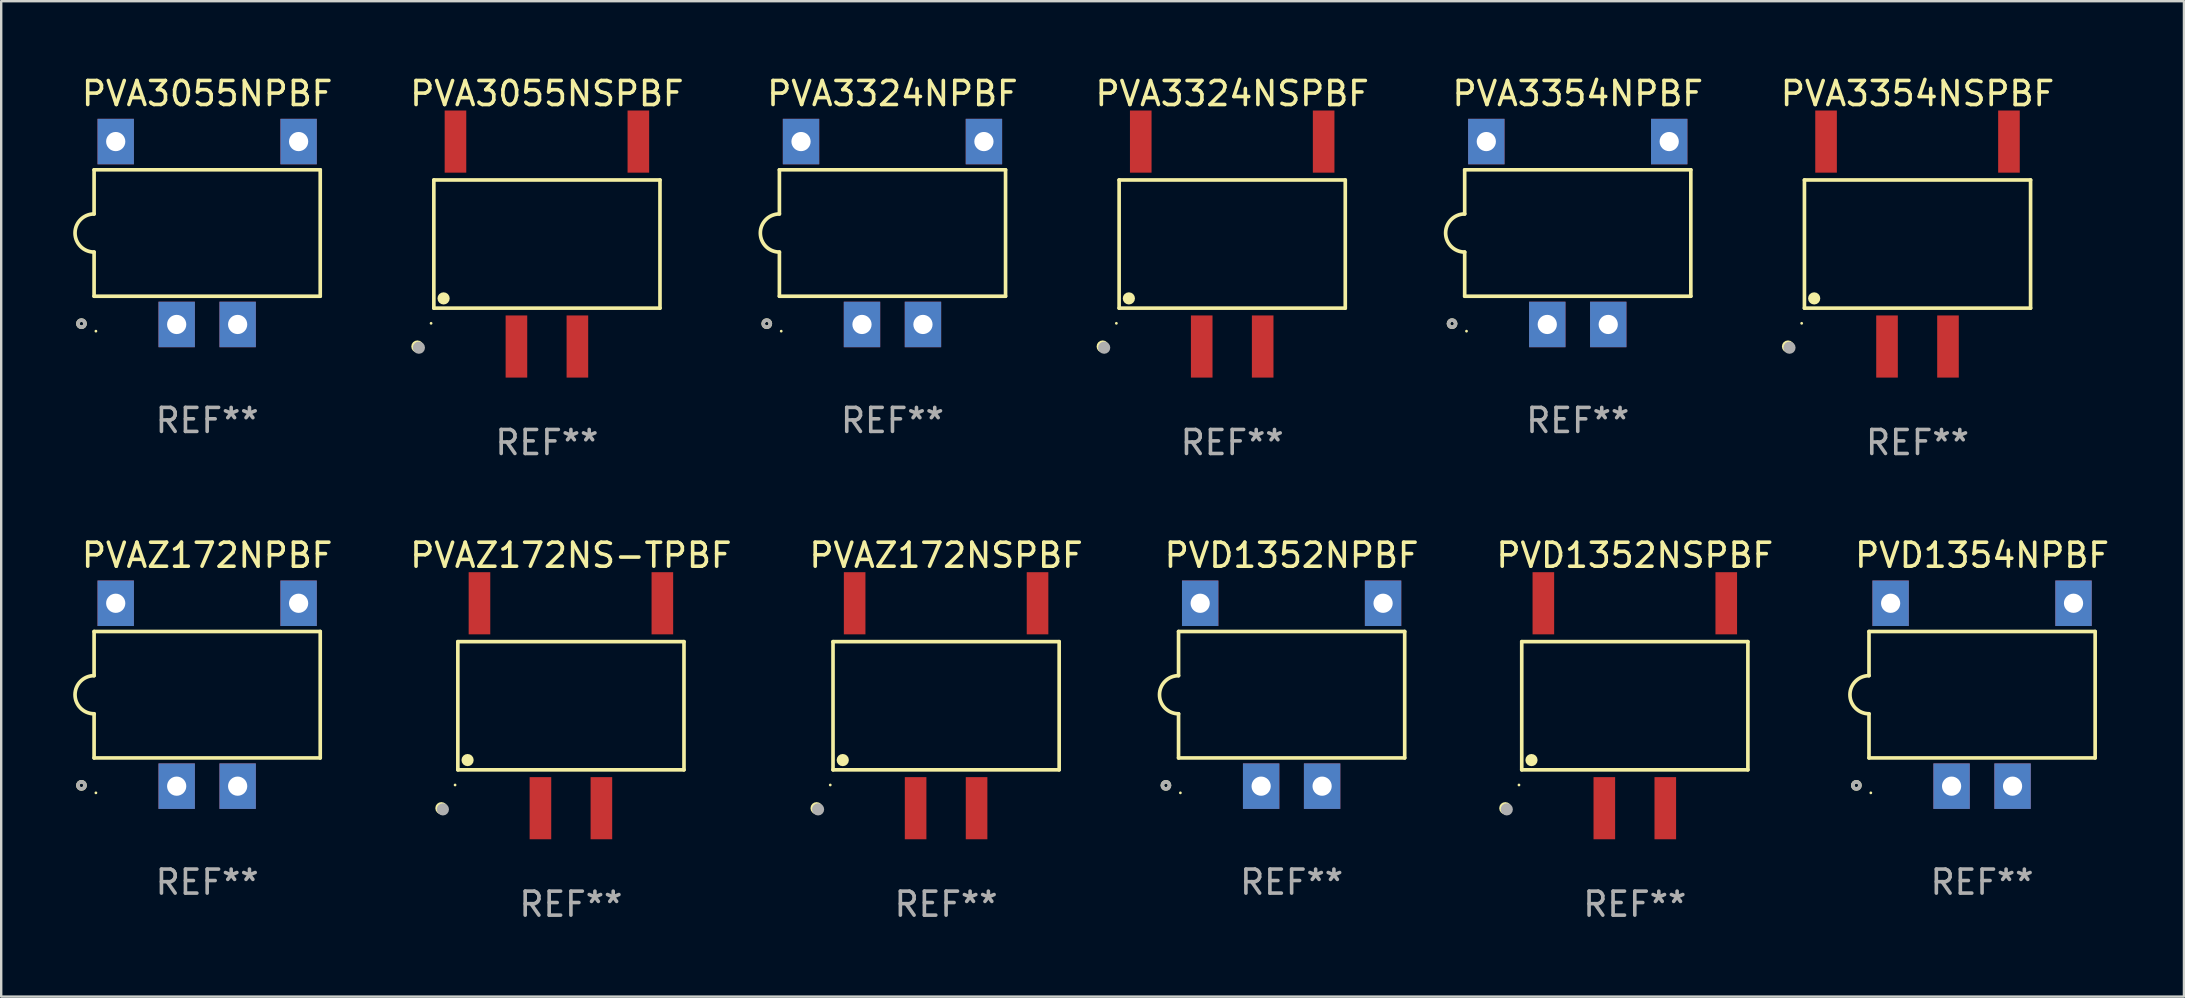
<source format=kicad_pcb>
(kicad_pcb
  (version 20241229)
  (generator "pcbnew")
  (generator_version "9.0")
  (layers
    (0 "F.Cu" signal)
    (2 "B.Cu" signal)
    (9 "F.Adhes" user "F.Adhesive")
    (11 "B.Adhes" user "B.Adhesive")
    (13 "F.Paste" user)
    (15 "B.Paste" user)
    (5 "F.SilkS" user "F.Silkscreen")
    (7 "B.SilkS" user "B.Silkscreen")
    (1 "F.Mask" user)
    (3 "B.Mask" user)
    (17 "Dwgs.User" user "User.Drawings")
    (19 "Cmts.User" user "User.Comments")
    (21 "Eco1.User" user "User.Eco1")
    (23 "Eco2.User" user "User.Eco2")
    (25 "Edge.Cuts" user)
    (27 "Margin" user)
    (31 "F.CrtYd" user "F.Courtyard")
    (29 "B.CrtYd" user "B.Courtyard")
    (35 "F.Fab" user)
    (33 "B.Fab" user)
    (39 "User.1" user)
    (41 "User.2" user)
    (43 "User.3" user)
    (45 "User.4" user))
  (footprint "PVA3324NPBF"
    (layer "F.Cu")
    (at 34.133 6.658)
    (property "Reference" "PVA3324NPBF" (at 0 -5.81 0) (layer "F.SilkS") (effects (font (size 1 1) (thickness 0.15))))
    (attr through_hole)
    (fp_line (start -4.711 -2.634) (end -4.711 -0.794) (stroke (width 0.152) (type solid)) (layer "F.SilkS"))
    (fp_line (start -4.711 0.794) (end -4.711 2.634) (stroke (width 0.152) (type solid)) (layer "F.SilkS"))
    (fp_line (start -4.711 2.634) (end 4.711 2.634) (stroke (width 0.152) (type solid)) (layer "F.SilkS"))
    (fp_line (start 4.711 -2.634) (end -4.711 -2.634) (stroke (width 0.152) (type solid)) (layer "F.SilkS"))
    (fp_line (start 4.711 2.634) (end 4.711 -2.634) (stroke (width 0.152) (type solid)) (layer "F.SilkS"))
    (fp_arc (start -4.711199 0.793749) (mid -5.504948 0) (end -4.711199 -0.793749) (stroke (width 0.1524) (type solid)) (layer "F.SilkS"))
    (fp_circle (center -5.237 3.777) (end -5.163 3.777) (stroke (width 0.15) (type solid)) (fill no) (layer "F.SilkS"))
    (fp_circle (center -4.635 4.089) (end -4.605 4.089) (stroke (width 0.06) (type solid)) (fill no) (layer "F.SilkS"))
    (fp_circle (center -5.237 3.777) (end -5.163 3.777) (stroke (width 0.15) (type solid)) (fill no) (layer "F.Fab"))
    (fp_text user "REF**" (at 0 7.81 0) (layer "F.Fab") (effects (font (size 1 1) (thickness 0.15))))
    (pad "2" thru_hole rect (at -1.27 3.81) (size 1.516 1.895) (drill 0.8) (layers "*.Cu" "*.Mask"))
    (pad "3" thru_hole rect (at 1.27 3.81) (size 1.516 1.895) (drill 0.8) (layers "*.Cu" "*.Mask"))
    (pad "5" thru_hole rect (at 3.81 -3.81) (size 1.516 1.895) (drill 0.8) (layers "*.Cu" "*.Mask"))
    (pad "8" thru_hole rect (at -3.81 -3.81) (size 1.516 1.895) (drill 0.8) (layers "*.Cu" "*.Mask")))
  (footprint "PVA3055NPBF"
    (layer "F.Cu")
    (at 5.581 6.658)
    (property "Reference" "PVA3055NPBF" (at 0 -5.81 0) (layer "F.SilkS") (effects (font (size 1 1) (thickness 0.15))))
    (attr through_hole)
    (fp_line (start -4.711 -2.634) (end -4.711 -0.794) (stroke (width 0.152) (type solid)) (layer "F.SilkS"))
    (fp_line (start -4.711 0.794) (end -4.711 2.634) (stroke (width 0.152) (type solid)) (layer "F.SilkS"))
    (fp_line (start -4.711 2.634) (end 4.711 2.634) (stroke (width 0.152) (type solid)) (layer "F.SilkS"))
    (fp_line (start 4.711 -2.634) (end -4.711 -2.634) (stroke (width 0.152) (type solid)) (layer "F.SilkS"))
    (fp_line (start 4.711 2.634) (end 4.711 -2.634) (stroke (width 0.152) (type solid)) (layer "F.SilkS"))
    (fp_arc (start -4.711199 0.793749) (mid -5.504948 0) (end -4.711199 -0.793749) (stroke (width 0.1524) (type solid)) (layer "F.SilkS"))
    (fp_circle (center -5.237 3.777) (end -5.163 3.777) (stroke (width 0.15) (type solid)) (fill no) (layer "F.SilkS"))
    (fp_circle (center -4.635 4.089) (end -4.605 4.089) (stroke (width 0.06) (type solid)) (fill no) (layer "F.SilkS"))
    (fp_circle (center -5.237 3.777) (end -5.163 3.777) (stroke (width 0.15) (type solid)) (fill no) (layer "F.Fab"))
    (fp_text user "REF**" (at 0 7.81 0) (layer "F.Fab") (effects (font (size 1 1) (thickness 0.15))))
    (pad "2" thru_hole rect (at -1.27 3.81) (size 1.516 1.895) (drill 0.8) (layers "*.Cu" "*.Mask"))
    (pad "3" thru_hole rect (at 1.27 3.81) (size 1.516 1.895) (drill 0.8) (layers "*.Cu" "*.Mask"))
    (pad "5" thru_hole rect (at 3.81 -3.81) (size 1.516 1.895) (drill 0.8) (layers "*.Cu" "*.Mask"))
    (pad "8" thru_hole rect (at -3.81 -3.81) (size 1.516 1.895) (drill 0.8) (layers "*.Cu" "*.Mask")))
  (footprint "PVAZ172NSPBF"
    (layer "F.Cu")
    (at 36.367 26.353)
    (property "Reference" "PVAZ172NSPBF" (at 0 -6.269 0) (layer "F.SilkS") (effects (font (size 1 1) (thickness 0.15))))
    (attr through_hole)
    (fp_line (start -4.711 -2.67) (end 4.711 -2.67) (stroke (width 0.152) (type solid)) (layer "F.SilkS"))
    (fp_line (start -4.711 2.67) (end -4.711 -2.67) (stroke (width 0.152) (type solid)) (layer "F.SilkS"))
    (fp_line (start 4.711 -2.67) (end 4.711 2.67) (stroke (width 0.152) (type solid)) (layer "F.SilkS"))
    (fp_line (start 4.711 2.67) (end -4.711 2.67) (stroke (width 0.152) (type solid)) (layer "F.SilkS"))
    (fp_circle (center -5.396 4.269) (end -5.269 4.269) (stroke (width 0.254) (type solid)) (fill no) (layer "F.SilkS"))
    (fp_circle (center -4.826 3.302) (end -4.796 3.302) (stroke (width 0.06) (type solid)) (fill no) (layer "F.SilkS"))
    (fp_circle (center -4.305 2.264) (end -4.178 2.264) (stroke (width 0.254) (type solid)) (fill no) (layer "F.SilkS"))
    (fp_circle (center -5.334 4.318) (end -5.207 4.318) (stroke (width 0.254) (type solid)) (fill no) (layer "F.Fab"))
    (fp_text user "REF**" (at 0 8.269 0) (layer "F.Fab") (effects (font (size 1 1) (thickness 0.15))))
    (pad "2" smd rect (at -1.27 4.269) (size 0.9 2.589) (layers "F.Cu" "F.Mask" "F.Paste"))
    (pad "3" smd rect (at 1.27 4.269) (size 0.9 2.589) (layers "F.Cu" "F.Mask" "F.Paste"))
    (pad "5" smd rect (at 3.81 -4.269) (size 0.9 2.589) (layers "F.Cu" "F.Mask" "F.Paste"))
    (pad "8" smd rect (at -3.81 -4.269) (size 0.9 2.589) (layers "F.Cu" "F.Mask" "F.Paste")))
  (footprint "PVAZ172NS-TPBF"
    (layer "F.Cu")
    (at 20.736 26.353)
    (property "Reference" "PVAZ172NS-TPBF" (at 0 -6.269 0) (layer "F.SilkS") (effects (font (size 1 1) (thickness 0.15))))
    (attr through_hole)
    (fp_line (start -4.711 -2.67) (end 4.711 -2.67) (stroke (width 0.152) (type solid)) (layer "F.SilkS"))
    (fp_line (start -4.711 2.67) (end -4.711 -2.67) (stroke (width 0.152) (type solid)) (layer "F.SilkS"))
    (fp_line (start 4.711 -2.67) (end 4.711 2.67) (stroke (width 0.152) (type solid)) (layer "F.SilkS"))
    (fp_line (start 4.711 2.67) (end -4.711 2.67) (stroke (width 0.152) (type solid)) (layer "F.SilkS"))
    (fp_circle (center -5.396 4.269) (end -5.269 4.269) (stroke (width 0.254) (type solid)) (fill no) (layer "F.SilkS"))
    (fp_circle (center -4.826 3.302) (end -4.796 3.302) (stroke (width 0.06) (type solid)) (fill no) (layer "F.SilkS"))
    (fp_circle (center -4.305 2.264) (end -4.178 2.264) (stroke (width 0.254) (type solid)) (fill no) (layer "F.SilkS"))
    (fp_circle (center -5.334 4.318) (end -5.207 4.318) (stroke (width 0.254) (type solid)) (fill no) (layer "F.Fab"))
    (fp_text user "REF**" (at 0 8.269 0) (layer "F.Fab") (effects (font (size 1 1) (thickness 0.15))))
    (pad "2" smd rect (at -1.27 4.269) (size 0.9 2.589) (layers "F.Cu" "F.Mask" "F.Paste"))
    (pad "3" smd rect (at 1.27 4.269) (size 0.9 2.589) (layers "F.Cu" "F.Mask" "F.Paste"))
    (pad "5" smd rect (at 3.81 -4.269) (size 0.9 2.589) (layers "F.Cu" "F.Mask" "F.Paste"))
    (pad "8" smd rect (at -3.81 -4.269) (size 0.9 2.589) (layers "F.Cu" "F.Mask" "F.Paste")))
  (footprint "PVA3354NSPBF"
    (layer "F.Cu")
    (at 76.839 7.118)
    (property "Reference" "PVA3354NSPBF" (at 0 -6.269 0) (layer "F.SilkS") (effects (font (size 1 1) (thickness 0.15))))
    (attr through_hole)
    (fp_line (start -4.711 -2.67) (end 4.711 -2.67) (stroke (width 0.152) (type solid)) (layer "F.SilkS"))
    (fp_line (start -4.711 2.67) (end -4.711 -2.67) (stroke (width 0.152) (type solid)) (layer "F.SilkS"))
    (fp_line (start 4.711 -2.67) (end 4.711 2.67) (stroke (width 0.152) (type solid)) (layer "F.SilkS"))
    (fp_line (start 4.711 2.67) (end -4.711 2.67) (stroke (width 0.152) (type solid)) (layer "F.SilkS"))
    (fp_circle (center -5.396 4.269) (end -5.269 4.269) (stroke (width 0.254) (type solid)) (fill no) (layer "F.SilkS"))
    (fp_circle (center -4.826 3.302) (end -4.796 3.302) (stroke (width 0.06) (type solid)) (fill no) (layer "F.SilkS"))
    (fp_circle (center -4.305 2.264) (end -4.178 2.264) (stroke (width 0.254) (type solid)) (fill no) (layer "F.SilkS"))
    (fp_circle (center -5.334 4.318) (end -5.207 4.318) (stroke (width 0.254) (type solid)) (fill no) (layer "F.Fab"))
    (fp_text user "REF**" (at 0 8.269 0) (layer "F.Fab") (effects (font (size 1 1) (thickness 0.15))))
    (pad "2" smd rect (at -1.27 4.269) (size 0.9 2.589) (layers "F.Cu" "F.Mask" "F.Paste"))
    (pad "3" smd rect (at 1.27 4.269) (size 0.9 2.589) (layers "F.Cu" "F.Mask" "F.Paste"))
    (pad "5" smd rect (at 3.81 -4.269) (size 0.9 2.589) (layers "F.Cu" "F.Mask" "F.Paste"))
    (pad "8" smd rect (at -3.81 -4.269) (size 0.9 2.589) (layers "F.Cu" "F.Mask" "F.Paste")))
  (footprint "PVD1352NPBF"
    (layer "F.Cu")
    (at 50.763 25.894)
    (property "Reference" "PVD1352NPBF" (at 0 -5.81 0) (layer "F.SilkS") (effects (font (size 1 1) (thickness 0.15))))
    (attr through_hole)
    (fp_line (start -4.711 -2.634) (end -4.711 -0.794) (stroke (width 0.152) (type solid)) (layer "F.SilkS"))
    (fp_line (start -4.711 0.794) (end -4.711 2.634) (stroke (width 0.152) (type solid)) (layer "F.SilkS"))
    (fp_line (start -4.711 2.634) (end 4.711 2.634) (stroke (width 0.152) (type solid)) (layer "F.SilkS"))
    (fp_line (start 4.711 -2.634) (end -4.711 -2.634) (stroke (width 0.152) (type solid)) (layer "F.SilkS"))
    (fp_line (start 4.711 2.634) (end 4.711 -2.634) (stroke (width 0.152) (type solid)) (layer "F.SilkS"))
    (fp_arc (start -4.711199 0.793749) (mid -5.504948 0) (end -4.711199 -0.793749) (stroke (width 0.1524) (type solid)) (layer "F.SilkS"))
    (fp_circle (center -5.237 3.777) (end -5.163 3.777) (stroke (width 0.15) (type solid)) (fill no) (layer "F.SilkS"))
    (fp_circle (center -4.635 4.089) (end -4.605 4.089) (stroke (width 0.06) (type solid)) (fill no) (layer "F.SilkS"))
    (fp_circle (center -5.237 3.777) (end -5.163 3.777) (stroke (width 0.15) (type solid)) (fill no) (layer "F.Fab"))
    (fp_text user "REF**" (at 0 7.81 0) (layer "F.Fab") (effects (font (size 1 1) (thickness 0.15))))
    (pad "2" thru_hole rect (at -1.27 3.81) (size 1.516 1.895) (drill 0.8) (layers "*.Cu" "*.Mask"))
    (pad "3" thru_hole rect (at 1.27 3.81) (size 1.516 1.895) (drill 0.8) (layers "*.Cu" "*.Mask"))
    (pad "5" thru_hole rect (at 3.81 -3.81) (size 1.516 1.895) (drill 0.8) (layers "*.Cu" "*.Mask"))
    (pad "8" thru_hole rect (at -3.81 -3.81) (size 1.516 1.895) (drill 0.8) (layers "*.Cu" "*.Mask")))
  (footprint "PVD1354NPBF"
    (layer "F.Cu")
    (at 79.529 25.894)
    (property "Reference" "PVD1354NPBF" (at 0 -5.81 0) (layer "F.SilkS") (effects (font (size 1 1) (thickness 0.15))))
    (attr through_hole)
    (fp_line (start -4.711 -2.634) (end -4.711 -0.794) (stroke (width 0.152) (type solid)) (layer "F.SilkS"))
    (fp_line (start -4.711 0.794) (end -4.711 2.634) (stroke (width 0.152) (type solid)) (layer "F.SilkS"))
    (fp_line (start -4.711 2.634) (end 4.711 2.634) (stroke (width 0.152) (type solid)) (layer "F.SilkS"))
    (fp_line (start 4.711 -2.634) (end -4.711 -2.634) (stroke (width 0.152) (type solid)) (layer "F.SilkS"))
    (fp_line (start 4.711 2.634) (end 4.711 -2.634) (stroke (width 0.152) (type solid)) (layer "F.SilkS"))
    (fp_arc (start -4.711199 0.793749) (mid -5.504948 0) (end -4.711199 -0.793749) (stroke (width 0.1524) (type solid)) (layer "F.SilkS"))
    (fp_circle (center -5.237 3.777) (end -5.163 3.777) (stroke (width 0.15) (type solid)) (fill no) (layer "F.SilkS"))
    (fp_circle (center -4.635 4.089) (end -4.605 4.089) (stroke (width 0.06) (type solid)) (fill no) (layer "F.SilkS"))
    (fp_circle (center -5.237 3.777) (end -5.163 3.777) (stroke (width 0.15) (type solid)) (fill no) (layer "F.Fab"))
    (fp_text user "REF**" (at 0 7.81 0) (layer "F.Fab") (effects (font (size 1 1) (thickness 0.15))))
    (pad "2" thru_hole rect (at -1.27 3.81) (size 1.516 1.895) (drill 0.8) (layers "*.Cu" "*.Mask"))
    (pad "3" thru_hole rect (at 1.27 3.81) (size 1.516 1.895) (drill 0.8) (layers "*.Cu" "*.Mask"))
    (pad "5" thru_hole rect (at 3.81 -3.81) (size 1.516 1.895) (drill 0.8) (layers "*.Cu" "*.Mask"))
    (pad "8" thru_hole rect (at -3.81 -3.81) (size 1.516 1.895) (drill 0.8) (layers "*.Cu" "*.Mask")))
  (footprint "PVD1352NSPBF"
    (layer "F.Cu")
    (at 65.061 26.353)
    (property "Reference" "PVD1352NSPBF" (at 0 -6.269 0) (layer "F.SilkS") (effects (font (size 1 1) (thickness 0.15))))
    (attr through_hole)
    (fp_line (start -4.711 -2.67) (end 4.711 -2.67) (stroke (width 0.152) (type solid)) (layer "F.SilkS"))
    (fp_line (start -4.711 2.67) (end -4.711 -2.67) (stroke (width 0.152) (type solid)) (layer "F.SilkS"))
    (fp_line (start 4.711 -2.67) (end 4.711 2.67) (stroke (width 0.152) (type solid)) (layer "F.SilkS"))
    (fp_line (start 4.711 2.67) (end -4.711 2.67) (stroke (width 0.152) (type solid)) (layer "F.SilkS"))
    (fp_circle (center -5.396 4.269) (end -5.269 4.269) (stroke (width 0.254) (type solid)) (fill no) (layer "F.SilkS"))
    (fp_circle (center -4.826 3.302) (end -4.796 3.302) (stroke (width 0.06) (type solid)) (fill no) (layer "F.SilkS"))
    (fp_circle (center -4.305 2.264) (end -4.178 2.264) (stroke (width 0.254) (type solid)) (fill no) (layer "F.SilkS"))
    (fp_circle (center -5.334 4.318) (end -5.207 4.318) (stroke (width 0.254) (type solid)) (fill no) (layer "F.Fab"))
    (fp_text user "REF**" (at 0 8.269 0) (layer "F.Fab") (effects (font (size 1 1) (thickness 0.15))))
    (pad "2" smd rect (at -1.27 4.269) (size 0.9 2.589) (layers "F.Cu" "F.Mask" "F.Paste"))
    (pad "3" smd rect (at 1.27 4.269) (size 0.9 2.589) (layers "F.Cu" "F.Mask" "F.Paste"))
    (pad "5" smd rect (at 3.81 -4.269) (size 0.9 2.589) (layers "F.Cu" "F.Mask" "F.Paste"))
    (pad "8" smd rect (at -3.81 -4.269) (size 0.9 2.589) (layers "F.Cu" "F.Mask" "F.Paste")))
  (footprint "PVA3055NSPBF"
    (layer "F.Cu")
    (at 19.736 7.118)
    (property "Reference" "PVA3055NSPBF" (at 0 -6.269 0) (layer "F.SilkS") (effects (font (size 1 1) (thickness 0.15))))
    (attr through_hole)
    (fp_line (start -4.711 -2.67) (end 4.711 -2.67) (stroke (width 0.152) (type solid)) (layer "F.SilkS"))
    (fp_line (start -4.711 2.67) (end -4.711 -2.67) (stroke (width 0.152) (type solid)) (layer "F.SilkS"))
    (fp_line (start 4.711 -2.67) (end 4.711 2.67) (stroke (width 0.152) (type solid)) (layer "F.SilkS"))
    (fp_line (start 4.711 2.67) (end -4.711 2.67) (stroke (width 0.152) (type solid)) (layer "F.SilkS"))
    (fp_circle (center -5.396 4.269) (end -5.269 4.269) (stroke (width 0.254) (type solid)) (fill no) (layer "F.SilkS"))
    (fp_circle (center -4.826 3.302) (end -4.796 3.302) (stroke (width 0.06) (type solid)) (fill no) (layer "F.SilkS"))
    (fp_circle (center -4.305 2.264) (end -4.178 2.264) (stroke (width 0.254) (type solid)) (fill no) (layer "F.SilkS"))
    (fp_circle (center -5.334 4.318) (end -5.207 4.318) (stroke (width 0.254) (type solid)) (fill no) (layer "F.Fab"))
    (fp_text user "REF**" (at 0 8.269 0) (layer "F.Fab") (effects (font (size 1 1) (thickness 0.15))))
    (pad "2" smd rect (at -1.27 4.269) (size 0.9 2.589) (layers "F.Cu" "F.Mask" "F.Paste"))
    (pad "3" smd rect (at 1.27 4.269) (size 0.9 2.589) (layers "F.Cu" "F.Mask" "F.Paste"))
    (pad "5" smd rect (at 3.81 -4.269) (size 0.9 2.589) (layers "F.Cu" "F.Mask" "F.Paste"))
    (pad "8" smd rect (at -3.81 -4.269) (size 0.9 2.589) (layers "F.Cu" "F.Mask" "F.Paste")))
  (footprint "PVAZ172NPBF"
    (layer "F.Cu")
    (at 5.581 25.894)
    (property "Reference" "PVAZ172NPBF" (at 0 -5.81 0) (layer "F.SilkS") (effects (font (size 1 1) (thickness 0.15))))
    (attr through_hole)
    (fp_line (start -4.711 -2.634) (end -4.711 -0.794) (stroke (width 0.152) (type solid)) (layer "F.SilkS"))
    (fp_line (start -4.711 0.794) (end -4.711 2.634) (stroke (width 0.152) (type solid)) (layer "F.SilkS"))
    (fp_line (start -4.711 2.634) (end 4.711 2.634) (stroke (width 0.152) (type solid)) (layer "F.SilkS"))
    (fp_line (start 4.711 -2.634) (end -4.711 -2.634) (stroke (width 0.152) (type solid)) (layer "F.SilkS"))
    (fp_line (start 4.711 2.634) (end 4.711 -2.634) (stroke (width 0.152) (type solid)) (layer "F.SilkS"))
    (fp_arc (start -4.711199 0.793749) (mid -5.504948 0) (end -4.711199 -0.793749) (stroke (width 0.1524) (type solid)) (layer "F.SilkS"))
    (fp_circle (center -5.237 3.777) (end -5.163 3.777) (stroke (width 0.15) (type solid)) (fill no) (layer "F.SilkS"))
    (fp_circle (center -4.635 4.089) (end -4.605 4.089) (stroke (width 0.06) (type solid)) (fill no) (layer "F.SilkS"))
    (fp_circle (center -5.237 3.777) (end -5.163 3.777) (stroke (width 0.15) (type solid)) (fill no) (layer "F.Fab"))
    (fp_text user "REF**" (at 0 7.81 0) (layer "F.Fab") (effects (font (size 1 1) (thickness 0.15))))
    (pad "2" thru_hole rect (at -1.27 3.81) (size 1.516 1.895) (drill 0.8) (layers "*.Cu" "*.Mask"))
    (pad "3" thru_hole rect (at 1.27 3.81) (size 1.516 1.895) (drill 0.8) (layers "*.Cu" "*.Mask"))
    (pad "5" thru_hole rect (at 3.81 -3.81) (size 1.516 1.895) (drill 0.8) (layers "*.Cu" "*.Mask"))
    (pad "8" thru_hole rect (at -3.81 -3.81) (size 1.516 1.895) (drill 0.8) (layers "*.Cu" "*.Mask")))
  (footprint "PVA3324NSPBF"
    (layer "F.Cu")
    (at 48.287 7.118)
    (property "Reference" "PVA3324NSPBF" (at 0 -6.269 0) (layer "F.SilkS") (effects (font (size 1 1) (thickness 0.15))))
    (attr through_hole)
    (fp_line (start -4.711 -2.67) (end 4.711 -2.67) (stroke (width 0.152) (type solid)) (layer "F.SilkS"))
    (fp_line (start -4.711 2.67) (end -4.711 -2.67) (stroke (width 0.152) (type solid)) (layer "F.SilkS"))
    (fp_line (start 4.711 -2.67) (end 4.711 2.67) (stroke (width 0.152) (type solid)) (layer "F.SilkS"))
    (fp_line (start 4.711 2.67) (end -4.711 2.67) (stroke (width 0.152) (type solid)) (layer "F.SilkS"))
    (fp_circle (center -5.396 4.269) (end -5.269 4.269) (stroke (width 0.254) (type solid)) (fill no) (layer "F.SilkS"))
    (fp_circle (center -4.826 3.302) (end -4.796 3.302) (stroke (width 0.06) (type solid)) (fill no) (layer "F.SilkS"))
    (fp_circle (center -4.305 2.264) (end -4.178 2.264) (stroke (width 0.254) (type solid)) (fill no) (layer "F.SilkS"))
    (fp_circle (center -5.334 4.318) (end -5.207 4.318) (stroke (width 0.254) (type solid)) (fill no) (layer "F.Fab"))
    (fp_text user "REF**" (at 0 8.269 0) (layer "F.Fab") (effects (font (size 1 1) (thickness 0.15))))
    (pad "2" smd rect (at -1.27 4.269) (size 0.9 2.589) (layers "F.Cu" "F.Mask" "F.Paste"))
    (pad "3" smd rect (at 1.27 4.269) (size 0.9 2.589) (layers "F.Cu" "F.Mask" "F.Paste"))
    (pad "5" smd rect (at 3.81 -4.269) (size 0.9 2.589) (layers "F.Cu" "F.Mask" "F.Paste"))
    (pad "8" smd rect (at -3.81 -4.269) (size 0.9 2.589) (layers "F.Cu" "F.Mask" "F.Paste")))
  (footprint "PVA3354NPBF"
    (layer "F.Cu")
    (at 62.684 6.658)
    (property "Reference" "PVA3354NPBF" (at 0 -5.81 0) (layer "F.SilkS") (effects (font (size 1 1) (thickness 0.15))))
    (attr through_hole)
    (fp_line (start -4.711 -2.634) (end -4.711 -0.794) (stroke (width 0.152) (type solid)) (layer "F.SilkS"))
    (fp_line (start -4.711 0.794) (end -4.711 2.634) (stroke (width 0.152) (type solid)) (layer "F.SilkS"))
    (fp_line (start -4.711 2.634) (end 4.711 2.634) (stroke (width 0.152) (type solid)) (layer "F.SilkS"))
    (fp_line (start 4.711 -2.634) (end -4.711 -2.634) (stroke (width 0.152) (type solid)) (layer "F.SilkS"))
    (fp_line (start 4.711 2.634) (end 4.711 -2.634) (stroke (width 0.152) (type solid)) (layer "F.SilkS"))
    (fp_arc (start -4.711199 0.793749) (mid -5.504948 0) (end -4.711199 -0.793749) (stroke (width 0.1524) (type solid)) (layer "F.SilkS"))
    (fp_circle (center -5.237 3.777) (end -5.163 3.777) (stroke (width 0.15) (type solid)) (fill no) (layer "F.SilkS"))
    (fp_circle (center -4.635 4.089) (end -4.605 4.089) (stroke (width 0.06) (type solid)) (fill no) (layer "F.SilkS"))
    (fp_circle (center -5.237 3.777) (end -5.163 3.777) (stroke (width 0.15) (type solid)) (fill no) (layer "F.Fab"))
    (fp_text user "REF**" (at 0 7.81 0) (layer "F.Fab") (effects (font (size 1 1) (thickness 0.15))))
    (pad "2" thru_hole rect (at -1.27 3.81) (size 1.516 1.895) (drill 0.8) (layers "*.Cu" "*.Mask"))
    (pad "3" thru_hole rect (at 1.27 3.81) (size 1.516 1.895) (drill 0.8) (layers "*.Cu" "*.Mask"))
    (pad "5" thru_hole rect (at 3.81 -3.81) (size 1.516 1.895) (drill 0.8) (layers "*.Cu" "*.Mask"))
    (pad "8" thru_hole rect (at -3.81 -3.81) (size 1.516 1.895) (drill 0.8) (layers "*.Cu" "*.Mask")))
  (gr_rect
    (start -3 -3)
    (end 87.94 38.471)
    (stroke (width 0.1) (type default))
    (fill no)
    (layer "Edge.Cuts")))
</source>
